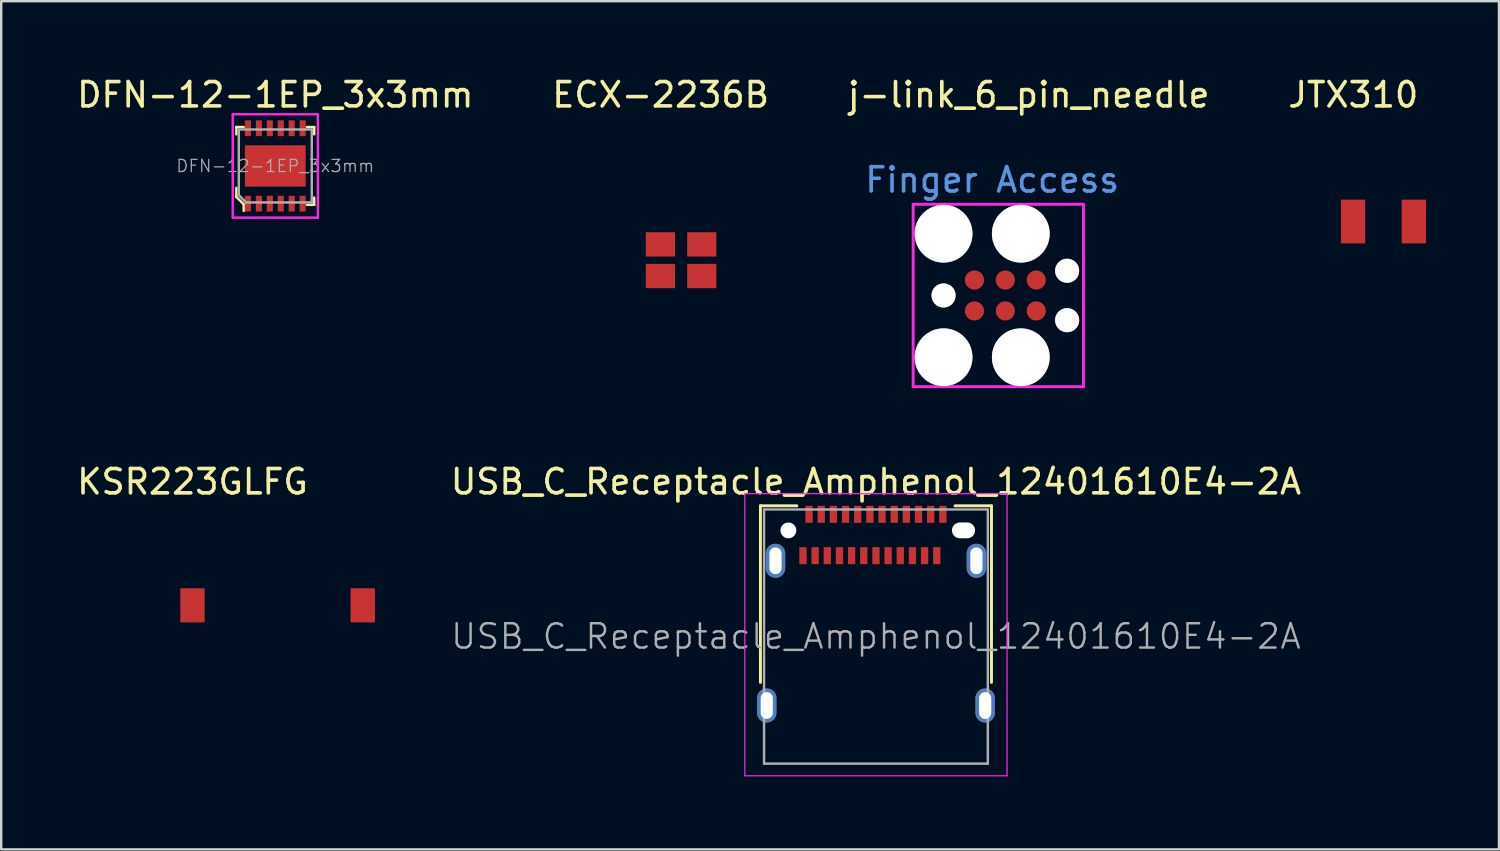
<source format=kicad_pcb>
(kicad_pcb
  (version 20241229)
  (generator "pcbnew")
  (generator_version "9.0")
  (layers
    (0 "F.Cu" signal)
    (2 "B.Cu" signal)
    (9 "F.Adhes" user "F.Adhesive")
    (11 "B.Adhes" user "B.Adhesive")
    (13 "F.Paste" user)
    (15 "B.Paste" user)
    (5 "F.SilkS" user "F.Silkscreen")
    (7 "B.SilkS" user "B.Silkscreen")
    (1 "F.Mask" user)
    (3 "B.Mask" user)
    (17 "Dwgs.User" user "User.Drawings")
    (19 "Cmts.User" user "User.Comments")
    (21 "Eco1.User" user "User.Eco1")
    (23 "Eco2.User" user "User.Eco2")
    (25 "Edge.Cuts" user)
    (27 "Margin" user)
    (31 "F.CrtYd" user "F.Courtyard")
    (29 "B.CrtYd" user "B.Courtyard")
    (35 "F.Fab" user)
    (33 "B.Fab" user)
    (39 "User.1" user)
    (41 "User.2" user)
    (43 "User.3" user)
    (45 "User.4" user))
  (footprint "DFN-12-1EP_3x3mm"
    (layer "F.Cu")
    (at 8.268 3.773)
    (property "Reference" "DFN-12-1EP_3x3mm" (at 0 -2.925 0) (layer "F.SilkS") (effects (font (size 1 1) (thickness 0.15))))
    (attr smd)
    (fp_line (start -1.6 -1.6) (end -1.6 -1.3) (stroke (width 0.1) (type solid)) (layer "F.SilkS"))
    (fp_line (start -1.6 -1.6) (end -1.3 -1.6) (stroke (width 0.1) (type solid)) (layer "F.SilkS"))
    (fp_line (start -1.6 0.9) (end -1.6 1.275) (stroke (width 0.1) (type solid)) (layer "F.SilkS"))
    (fp_line (start -1.6 1.275) (end -1.3 1.575) (stroke (width 0.1) (type solid)) (layer "F.SilkS"))
    (fp_line (start -1.3 1.575) (end -1.3 1.85) (stroke (width 0.1) (type solid)) (layer "F.SilkS"))
    (fp_line (start 1.6 -1.6) (end 1.3 -1.6) (stroke (width 0.1) (type solid)) (layer "F.SilkS"))
    (fp_line (start 1.6 -1.6) (end 1.6 -1.3) (stroke (width 0.1) (type solid)) (layer "F.SilkS"))
    (fp_line (start 1.6 1.6) (end 1.3 1.6) (stroke (width 0.1) (type solid)) (layer "F.SilkS"))
    (fp_line (start 1.6 1.6) (end 1.6 1.3) (stroke (width 0.1) (type solid)) (layer "F.SilkS"))
    (fp_line (start -1.75 -2.125) (end 1.75 -2.125) (stroke (width 0.1) (type solid)) (layer "F.CrtYd"))
    (fp_line (start -1.75 2.125) (end -1.75 -2.125) (stroke (width 0.1) (type solid)) (layer "F.CrtYd"))
    (fp_line (start 1.75 -2.125) (end 1.75 2.125) (stroke (width 0.1) (type solid)) (layer "F.CrtYd"))
    (fp_line (start 1.75 2.125) (end -1.75 2.125) (stroke (width 0.1) (type solid)) (layer "F.CrtYd"))
    (fp_line (start -1.5 -1.5) (end 1.5 -1.5) (stroke (width 0.1) (type solid)) (layer "F.Fab"))
    (fp_line (start -1.5 1.2) (end -1.5 -1.5) (stroke (width 0.1) (type solid)) (layer "F.Fab"))
    (fp_line (start -1.5 1.2) (end -1.2 1.5) (stroke (width 0.1) (type solid)) (layer "F.Fab"))
    (fp_line (start -1.2 1.5) (end 1.5 1.5) (stroke (width 0.1) (type solid)) (layer "F.Fab"))
    (fp_line (start 1.5 -1.5) (end 1.5 1.5) (stroke (width 0.1) (type solid)) (layer "F.Fab"))
    (fp_text user "${REFERENCE}" (at 0 0 0) (layer "F.Fab") (effects (font (size 0.5 0.5) (thickness 0.05))))
    (pad "1" smd rect (at -1.125 1.55) (size 0.25 0.65) (layers "F.Cu" "F.Mask" "F.Paste"))
    (pad "2" smd rect (at -0.675 1.55) (size 0.25 0.65) (layers "F.Cu" "F.Mask" "F.Paste"))
    (pad "3" smd rect (at -0.225 1.55) (size 0.25 0.65) (layers "F.Cu" "F.Mask" "F.Paste"))
    (pad "4" smd rect (at 0.225 1.55) (size 0.25 0.65) (layers "F.Cu" "F.Mask" "F.Paste"))
    (pad "5" smd rect (at 0.675 1.55) (size 0.25 0.65) (layers "F.Cu" "F.Mask" "F.Paste"))
    (pad "6" smd rect (at 1.125 1.55) (size 0.25 0.65) (layers "F.Cu" "F.Mask" "F.Paste"))
    (pad "7" smd rect (at 1.125 -1.55) (size 0.25 0.65) (layers "F.Cu" "F.Mask" "F.Paste"))
    (pad "8" smd rect (at 0.675 -1.55) (size 0.25 0.65) (layers "F.Cu" "F.Mask" "F.Paste"))
    (pad "9" smd rect (at 0.225 -1.55) (size 0.25 0.65) (layers "F.Cu" "F.Mask" "F.Paste"))
    (pad "10" smd rect (at -0.225 -1.55) (size 0.25 0.65) (layers "F.Cu" "F.Mask" "F.Paste"))
    (pad "11" smd rect (at -0.675 -1.55) (size 0.25 0.65) (layers "F.Cu" "F.Mask" "F.Paste"))
    (pad "12" smd rect (at -1.125 -1.55) (size 0.25 0.65) (layers "F.Cu" "F.Mask" "F.Paste"))
    (pad "13" smd rect (at 0 0) (size 2.5 1.7) (layers "F.Cu" "F.Mask" "F.Paste")))
  (footprint "JTX310"
    (layer "F.Cu")
    (at 52.579 6.058)
    (property "Reference" "JTX310" (at 0.01 -5.21 0) (layer "F.SilkS") (effects (font (size 1 1) (thickness 0.15))))
    (attr through_hole)
    (pad "1" smd rect (at 0 0) (size 1 1.8) (layers "F.Cu" "F.Mask" "F.Paste"))
    (pad "2" smd rect (at 2.5 0) (size 1 1.8) (layers "F.Cu" "F.Mask" "F.Paste")))
  (footprint "USB_C_Receptacle_Amphenol_12401610E4-2A"
    (layer "F.Cu")
    (at 32.964 23.116)
    (property "Reference" "USB_C_Receptacle_Amphenol_12401610E4-2A" (at 0 -6.36 0) (layer "F.SilkS") (effects (font (size 1 1) (thickness 0.15))))
    (attr smd)
    (fp_line (start -4.75 -5.37) (end -4.75 1.89) (stroke (width 0.12) (type solid)) (layer "F.SilkS"))
    (fp_line (start -4.75 -5.37) (end -3.25 -5.37) (stroke (width 0.12) (type solid)) (layer "F.SilkS"))
    (fp_line (start 3.25 -5.37) (end 4.75 -5.37) (stroke (width 0.12) (type solid)) (layer "F.SilkS"))
    (fp_line (start 4.75 -5.37) (end 4.75 1.89) (stroke (width 0.12) (type solid)) (layer "F.SilkS"))
    (fp_line (start -5.39 -5.87) (end 5.39 -5.87) (stroke (width 0.05) (type solid)) (layer "F.CrtYd"))
    (fp_line (start -5.39 5.73) (end -5.39 -5.87) (stroke (width 0.05) (type solid)) (layer "F.CrtYd"))
    (fp_line (start 5.39 -5.87) (end 5.39 5.73) (stroke (width 0.05) (type solid)) (layer "F.CrtYd"))
    (fp_line (start 5.39 5.73) (end -5.39 5.73) (stroke (width 0.05) (type solid)) (layer "F.CrtYd"))
    (fp_line (start -4.6 -5.22) (end 4.6 -5.22) (stroke (width 0.1) (type solid)) (layer "F.Fab"))
    (fp_line (start -4.6 5.23) (end -4.6 -5.22) (stroke (width 0.1) (type solid)) (layer "F.Fab"))
    (fp_line (start -4.6 5.23) (end 4.6 5.23) (stroke (width 0.1) (type solid)) (layer "F.Fab"))
    (fp_line (start 4.6 5.23) (end 4.6 -5.22) (stroke (width 0.1) (type solid)) (layer "F.Fab"))
    (fp_text user "${REFERENCE}" (at 0 0 0) (layer "F.Fab") (effects (font (size 1 1) (thickness 0.1))))
    (pad "" np_thru_hole circle (at -3.6 -4.36) (size 0.65 0.65) (drill 0.65) (layers "*.Cu" "*.Mask"))
    (pad "" np_thru_hole oval (at 3.6 -4.36) (size 0.95 0.65) (drill oval 0.95 0.65) (layers "*.Cu" "*.Mask"))
    (pad "A1" smd rect (at -2.75 -5.02) (size 0.3 0.7) (layers "F.Cu" "F.Mask" "F.Paste"))
    (pad "A2" smd rect (at -2.25 -5.02) (size 0.3 0.7) (layers "F.Cu" "F.Mask" "F.Paste"))
    (pad "A3" smd rect (at -1.75 -5.02) (size 0.3 0.7) (layers "F.Cu" "F.Mask" "F.Paste"))
    (pad "A4" smd rect (at -1.25 -5.02) (size 0.3 0.7) (layers "F.Cu" "F.Mask" "F.Paste"))
    (pad "A5" smd rect (at -0.75 -5.02) (size 0.3 0.7) (layers "F.Cu" "F.Mask" "F.Paste"))
    (pad "A6" smd rect (at -0.25 -5.02) (size 0.3 0.7) (layers "F.Cu" "F.Mask" "F.Paste"))
    (pad "A7" smd rect (at 0.25 -5.02) (size 0.3 0.7) (layers "F.Cu" "F.Mask" "F.Paste"))
    (pad "A8" smd rect (at 0.75 -5.02) (size 0.3 0.7) (layers "F.Cu" "F.Mask" "F.Paste"))
    (pad "A9" smd rect (at 1.25 -5.02) (size 0.3 0.7) (layers "F.Cu" "F.Mask" "F.Paste"))
    (pad "A10" smd rect (at 1.75 -5.02) (size 0.3 0.7) (layers "F.Cu" "F.Mask" "F.Paste"))
    (pad "A11" smd rect (at 2.25 -5.02) (size 0.3 0.7) (layers "F.Cu" "F.Mask" "F.Paste"))
    (pad "A12" smd rect (at 2.75 -5.02) (size 0.3 0.7) (layers "F.Cu" "F.Mask" "F.Paste"))
    (pad "B1" smd rect (at 2.5 -3.32) (size 0.3 0.7) (layers "F.Cu" "F.Mask" "F.Paste"))
    (pad "B2" smd rect (at 2 -3.32) (size 0.3 0.7) (layers "F.Cu" "F.Mask" "F.Paste"))
    (pad "B3" smd rect (at 1.5 -3.32) (size 0.3 0.7) (layers "F.Cu" "F.Mask" "F.Paste"))
    (pad "B4" smd rect (at 1 -3.32) (size 0.3 0.7) (layers "F.Cu" "F.Mask" "F.Paste"))
    (pad "B5" smd rect (at 0.5 -3.32) (size 0.3 0.7) (layers "F.Cu" "F.Mask" "F.Paste"))
    (pad "B6" smd rect (at 0 -3.32) (size 0.3 0.7) (layers "F.Cu" "F.Mask" "F.Paste"))
    (pad "B7" smd rect (at -0.5 -3.32) (size 0.3 0.7) (layers "F.Cu" "F.Mask" "F.Paste"))
    (pad "B8" smd rect (at -1 -3.32) (size 0.3 0.7) (layers "F.Cu" "F.Mask" "F.Paste"))
    (pad "B9" smd rect (at -1.5 -3.32) (size 0.3 0.7) (layers "F.Cu" "F.Mask" "F.Paste"))
    (pad "B10" smd rect (at -2 -3.32) (size 0.3 0.7) (layers "F.Cu" "F.Mask" "F.Paste"))
    (pad "B11" smd rect (at -2.5 -3.32) (size 0.3 0.7) (layers "F.Cu" "F.Mask" "F.Paste"))
    (pad "B12" smd rect (at -3 -3.32) (size 0.3 0.7) (layers "F.Cu" "F.Mask" "F.Paste"))
    (pad "S1" thru_hole oval (at -4.49 2.84) (size 0.8 1.4) (drill oval 0.5 1.1) (layers "*.Cu" "*.Mask"))
    (pad "S1" thru_hole oval (at -4.13 -3.11) (size 0.8 1.4) (drill oval 0.5 1.1) (layers "*.Cu" "*.Mask"))
    (pad "S1" thru_hole oval (at 4.13 -3.11) (size 0.8 1.4) (drill oval 0.5 1.1) (layers "*.Cu" "*.Mask"))
    (pad "S1" thru_hole oval (at 4.49 2.84) (size 0.8 1.4) (drill oval 0.5 1.1) (layers "*.Cu" "*.Mask")))
  (footprint "j-link_6_pin_needle"
    (layer "F.Cu")
    (at 35.744 9.098)
    (property "Reference" "j-link_6_pin_needle" (at 3.5 -8.25 0) (layer "F.SilkS") (effects (font (size 1 1) (thickness 0.15))))
    (attr through_hole)
    (fp_line (start -1.25 -3.75) (end -1.25 3.75) (stroke (width 0.12) (type solid)) (layer "F.CrtYd"))
    (fp_line (start -1.25 3.75) (end 5.75 3.75) (stroke (width 0.12) (type solid)) (layer "F.CrtYd"))
    (fp_line (start 5.75 -3.75) (end -1.25 -3.75) (stroke (width 0.12) (type solid)) (layer "F.CrtYd"))
    (fp_line (start 5.75 3.75) (end 5.75 -3.75) (stroke (width 0.12) (type solid)) (layer "F.CrtYd"))
    (fp_text user "Finger Access" (at 2 -4.75 0) (layer "Cmts.User") (effects (font (size 1 1) (thickness 0.15))))
    (pad "" thru_hole circle (at 0 -2.54) (size 2.375 2.375) (drill 2.375) (layers "*.Cu" "*.Mask"))
    (pad "" thru_hole circle (at 0 0) (size 0.991 0.991) (drill 0.991) (layers "*.Cu" "*.Mask"))
    (pad "" thru_hole circle (at 0 2.54) (size 2.375 2.375) (drill 2.375) (layers "*.Cu" "*.Mask"))
    (pad "" thru_hole circle (at 3.175 -2.54) (size 2.375 2.375) (drill 2.375) (layers "*.Cu" "*.Mask"))
    (pad "" thru_hole circle (at 3.175 2.54) (size 2.375 2.375) (drill 2.375) (layers "*.Cu" "*.Mask"))
    (pad "" thru_hole circle (at 5.08 -1.016) (size 0.991 0.991) (drill 0.991) (layers "*.Cu" "*.Mask"))
    (pad "" thru_hole circle (at 5.08 1.016) (size 0.991 0.991) (drill 0.991) (layers "*.Cu" "*.Mask"))
    (pad "1" smd circle (at 1.27 0.635) (size 0.787 0.787) (layers "F.Cu" "F.Mask" "F.Paste"))
    (pad "2" smd circle (at 1.27 -0.635) (size 0.787 0.787) (layers "F.Cu" "F.Mask" "F.Paste"))
    (pad "3" smd circle (at 2.54 0.635) (size 0.787 0.787) (layers "F.Cu" "F.Mask" "F.Paste"))
    (pad "4" smd circle (at 2.54 -0.635) (size 0.787 0.787) (layers "F.Cu" "F.Mask" "F.Paste"))
    (pad "5" smd circle (at 3.81 0.635) (size 0.787 0.787) (layers "F.Cu" "F.Mask" "F.Paste"))
    (pad "6" smd circle (at 3.81 -0.635) (size 0.787 0.787) (layers "F.Cu" "F.Mask" "F.Paste")))
  (footprint "ECX-2236B"
    (layer "F.Cu")
    (at 24.103 6.998)
    (property "Reference" "ECX-2236B" (at 0.01 -6.15 0) (layer "F.SilkS") (effects (font (size 1 1) (thickness 0.15))))
    (attr through_hole)
    (pad "1" smd rect (at 0 1.3) (size 1.2 1) (layers "F.Cu" "F.Mask" "F.Paste"))
    (pad "2" smd rect (at 1.7 1.3) (size 1.2 1) (layers "F.Cu" "F.Mask" "F.Paste"))
    (pad "3" smd rect (at 1.7 0) (size 1.2 1) (layers "F.Cu" "F.Mask" "F.Paste"))
    (pad "4" smd rect (at 0 0) (size 1.2 1) (layers "F.Cu" "F.Mask" "F.Paste")))
  (footprint "KSR223GLFG"
    (layer "F.Cu")
    (at 4.863 21.837)
    (property "Reference" "KSR223GLFG" (at 0 -5.08 0) (layer "F.SilkS") (effects (font (size 1 1) (thickness 0.15))))
    (attr through_hole)
    (pad "1" smd rect (at 0 0) (size 1 1.4) (layers "F.Cu" "F.Mask" "F.Paste"))
    (pad "2" smd rect (at 7 0) (size 1 1.4) (layers "F.Cu" "F.Mask" "F.Paste")))
  (gr_rect
    (start -3 -3)
    (end 58.579 31.872)
    (stroke (width 0.1) (type default))
    (fill no)
    (layer "Edge.Cuts")))
</source>
